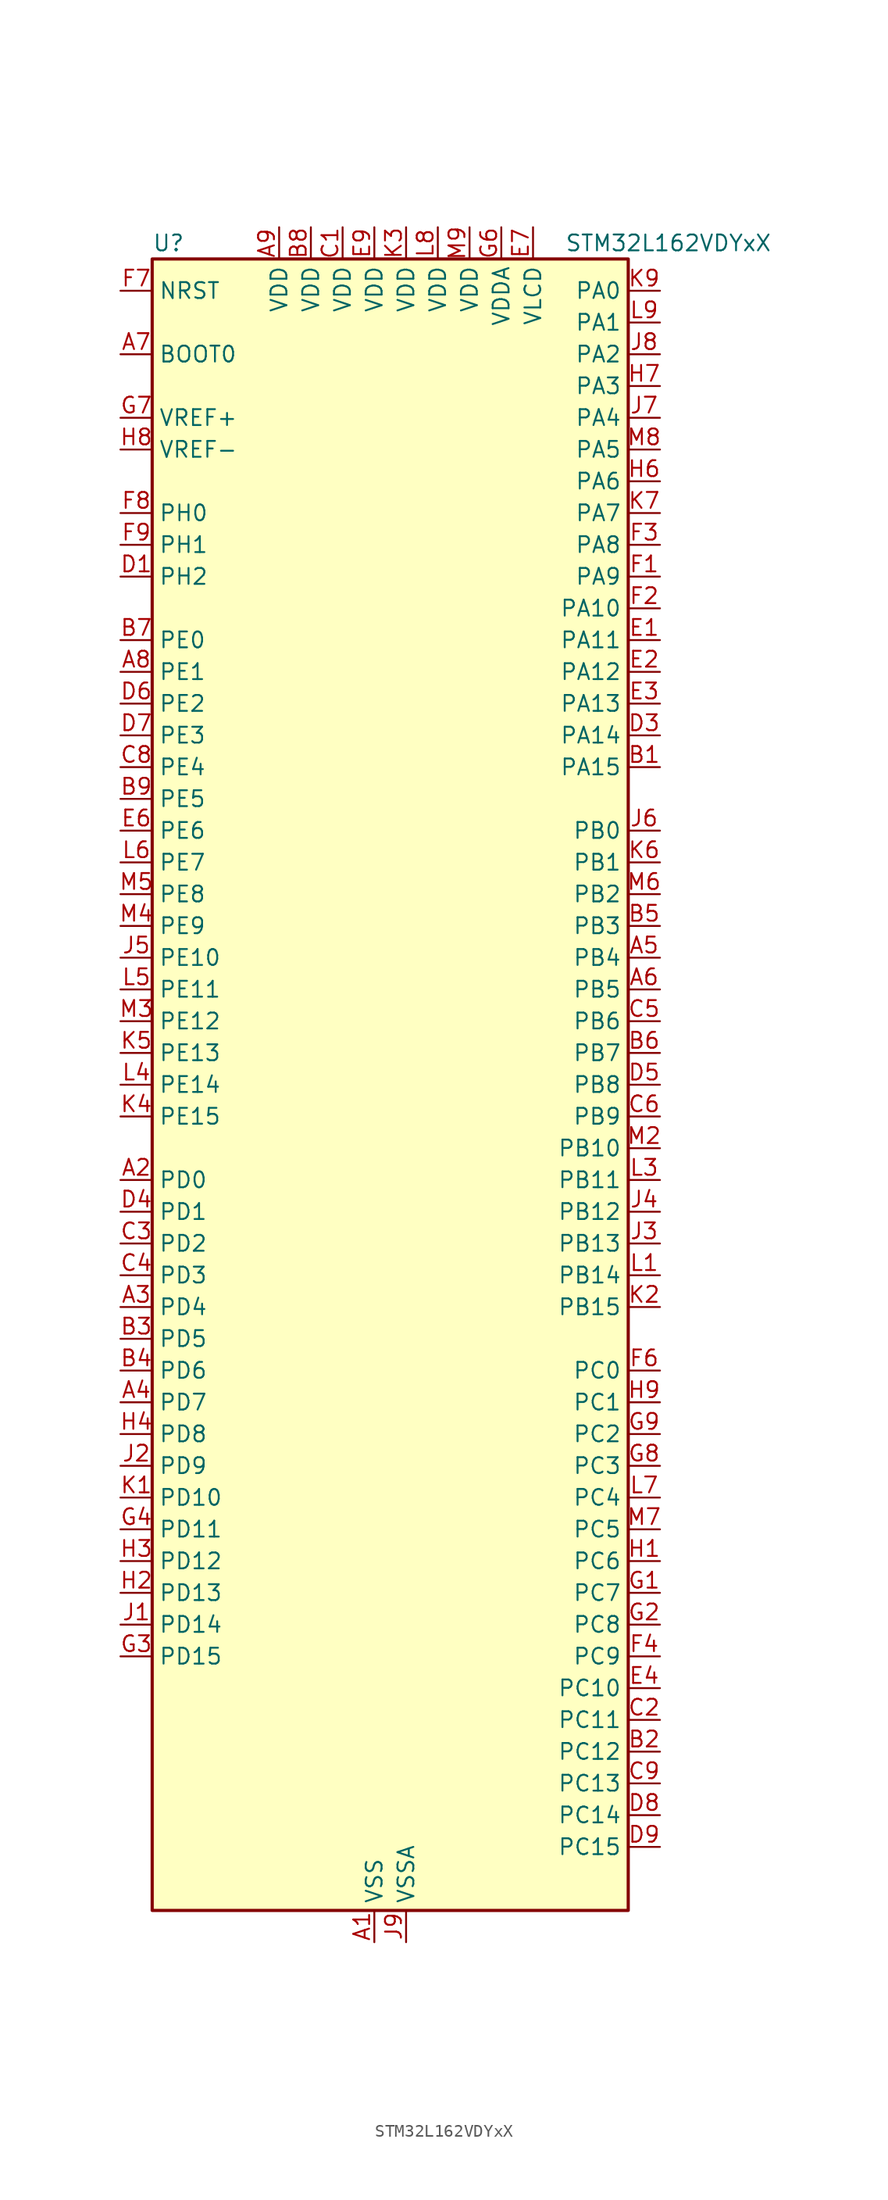
<source format=kicad_sym>
(kicad_symbol_lib
  (version 20231120)
  (generator "kicad-library-utils")
  (generator_version "8.0")
  (symbol "STM32L162VDYxX"
    (property "Reference" "U"
      (at -17.78 67.31 0)
      (effects (font (size 1.27 1.27)) (justify left)))
    (property "Value" "STM32L162VDYxX"
      (at 15.24 67.31 0)
      (effects (font (size 1.27 1.27)) (justify left)))
    (symbol "STM32L162VDYxX_0_1"
      (rectangle (start -17.78 -66.04) (end 20.32 66.04) (stroke (width 0.254) (type default)) (fill (type background))))
    (symbol "STM32L162VDYxX_1_1"
      (pin power_in line (at 0 -68.58 90) (length 2.54) (name "VSS" (effects (font (size 1.27 1.27)))) (number "A1" (effects (font (size 1.27 1.27)))))
      (pin bidirectional line (at -20.32 -7.62 0) (length 2.54) (name "PD0" (effects (font (size 1.27 1.27)))) (number "A2" (effects (font (size 1.27 1.27)))) (alternate "I2S2_WS" bidirectional line) (alternate "SPI2_NSS" bidirectional line) (alternate "TIM9_CH1" bidirectional line) (alternate "TIMX_IC1" bidirectional line))
      (pin bidirectional line (at -20.32 -17.78 0) (length 2.54) (name "PD4" (effects (font (size 1.27 1.27)))) (number "A3" (effects (font (size 1.27 1.27)))) (alternate "I2S2_SD" bidirectional line) (alternate "SPI2_MOSI" bidirectional line) (alternate "TIMX_IC1" bidirectional line) (alternate "USART2_RTS" bidirectional line))
      (pin bidirectional line (at -20.32 -25.4 0) (length 2.54) (name "PD7" (effects (font (size 1.27 1.27)))) (number "A4" (effects (font (size 1.27 1.27)))) (alternate "TIM9_CH2" bidirectional line) (alternate "TIMX_IC4" bidirectional line) (alternate "USART2_CK" bidirectional line))
      (pin bidirectional line (at 22.86 10.16 180) (length 2.54) (name "PB4" (effects (font (size 1.27 1.27)))) (number "A5" (effects (font (size 1.27 1.27)))) (alternate "COMP2_INP" bidirectional line) (alternate "LCD_SEG8" bidirectional line) (alternate "SPI1_MISO" bidirectional line) (alternate "SPI3_MISO" bidirectional line) (alternate "SYS_JTRST" bidirectional line) (alternate "TIM3_CH1" bidirectional line) (alternate "TS_G6_IO1" bidirectional line))
      (pin bidirectional line (at 22.86 7.62 180) (length 2.54) (name "PB5" (effects (font (size 1.27 1.27)))) (number "A6" (effects (font (size 1.27 1.27)))) (alternate "COMP2_INP" bidirectional line) (alternate "I2C1_SMBA" bidirectional line) (alternate "I2S3_SD" bidirectional line) (alternate "LCD_SEG9" bidirectional line) (alternate "SPI1_MOSI" bidirectional line) (alternate "SPI3_MOSI" bidirectional line) (alternate "TIM3_CH2" bidirectional line) (alternate "TS_G6_IO2" bidirectional line))
      (pin input line (at -20.32 58.42 0) (length 2.54) (name "BOOT0" (effects (font (size 1.27 1.27)))) (number "A7" (effects (font (size 1.27 1.27)))))
      (pin bidirectional line (at -20.32 33.02 0) (length 2.54) (name "PE1" (effects (font (size 1.27 1.27)))) (number "A8" (effects (font (size 1.27 1.27)))) (alternate "LCD_SEG37" bidirectional line) (alternate "TIM11_CH1" bidirectional line) (alternate "TIMX_IC2" bidirectional line))
      (pin power_in line (at -7.62 68.58 270) (length 2.54) (name "VDD" (effects (font (size 1.27 1.27)))) (number "A9" (effects (font (size 1.27 1.27)))))
      (pin bidirectional line (at 22.86 25.4 180) (length 2.54) (name "PA15" (effects (font (size 1.27 1.27)))) (number "B1" (effects (font (size 1.27 1.27)))) (alternate "ADC_EXTI15" bidirectional line) (alternate "I2S3_WS" bidirectional line) (alternate "LCD_SEG17" bidirectional line) (alternate "SPI1_NSS" bidirectional line) (alternate "SPI3_NSS" bidirectional line) (alternate "SYS_JTDI" bidirectional line) (alternate "TIM2_CH1" bidirectional line) (alternate "TIM2_ETR" bidirectional line) (alternate "TIMX_IC4" bidirectional line) (alternate "TS_G5_IO3" bidirectional line))
      (pin bidirectional line (at 22.86 -53.34 180) (length 2.54) (name "PC12" (effects (font (size 1.27 1.27)))) (number "B2" (effects (font (size 1.27 1.27)))) (alternate "I2S3_SD" bidirectional line) (alternate "LCD_COM6" bidirectional line) (alternate "LCD_SEG30" bidirectional line) (alternate "LCD_SEG42" bidirectional line) (alternate "SPI3_MOSI" bidirectional line) (alternate "TIMX_IC1" bidirectional line) (alternate "UART5_TX" bidirectional line) (alternate "USART3_CK" bidirectional line))
      (pin bidirectional line (at -20.32 -20.32 0) (length 2.54) (name "PD5" (effects (font (size 1.27 1.27)))) (number "B3" (effects (font (size 1.27 1.27)))) (alternate "TIMX_IC2" bidirectional line) (alternate "USART2_TX" bidirectional line))
      (pin bidirectional line (at -20.32 -22.86 0) (length 2.54) (name "PD6" (effects (font (size 1.27 1.27)))) (number "B4" (effects (font (size 1.27 1.27)))) (alternate "TIMX_IC3" bidirectional line) (alternate "USART2_RX" bidirectional line))
      (pin bidirectional line (at 22.86 12.7 180) (length 2.54) (name "PB3" (effects (font (size 1.27 1.27)))) (number "B5" (effects (font (size 1.27 1.27)))) (alternate "COMP2_INM" bidirectional line) (alternate "I2S3_CK" bidirectional line) (alternate "LCD_SEG7" bidirectional line) (alternate "SPI1_SCK" bidirectional line) (alternate "SPI3_SCK" bidirectional line) (alternate "SYS_JTDO-TRACESWO" bidirectional line) (alternate "TIM2_CH2" bidirectional line))
      (pin bidirectional line (at 22.86 2.54 180) (length 2.54) (name "PB7" (effects (font (size 1.27 1.27)))) (number "B6" (effects (font (size 1.27 1.27)))) (alternate "COMP2_INP" bidirectional line) (alternate "I2C1_SDA" bidirectional line) (alternate "SYS_PVD_IN" bidirectional line) (alternate "TIM4_CH2" bidirectional line) (alternate "TS_G6_IO4" bidirectional line) (alternate "USART1_RX" bidirectional line))
      (pin bidirectional line (at -20.32 35.56 0) (length 2.54) (name "PE0" (effects (font (size 1.27 1.27)))) (number "B7" (effects (font (size 1.27 1.27)))) (alternate "LCD_SEG36" bidirectional line) (alternate "TIM10_CH1" bidirectional line) (alternate "TIM4_ETR" bidirectional line) (alternate "TIMX_IC1" bidirectional line))
      (pin power_in line (at -5.08 68.58 270) (length 2.54) (name "VDD" (effects (font (size 1.27 1.27)))) (number "B8" (effects (font (size 1.27 1.27)))))
      (pin bidirectional line (at -20.32 22.86 0) (length 2.54) (name "PE5" (effects (font (size 1.27 1.27)))) (number "B9" (effects (font (size 1.27 1.27)))) (alternate "SYS_TRACED2" bidirectional line) (alternate "TIM9_CH1" bidirectional line) (alternate "TIMX_IC2" bidirectional line))
      (pin power_in line (at -2.54 68.58 270) (length 2.54) (name "VDD" (effects (font (size 1.27 1.27)))) (number "C1" (effects (font (size 1.27 1.27)))))
      (pin bidirectional line (at 22.86 -50.8 180) (length 2.54) (name "PC11" (effects (font (size 1.27 1.27)))) (number "C2" (effects (font (size 1.27 1.27)))) (alternate "ADC_EXTI11" bidirectional line) (alternate "LCD_COM5" bidirectional line) (alternate "LCD_SEG29" bidirectional line) (alternate "LCD_SEG41" bidirectional line) (alternate "SPI3_MISO" bidirectional line) (alternate "TIMX_IC4" bidirectional line) (alternate "UART4_RX" bidirectional line) (alternate "USART3_RX" bidirectional line))
      (pin bidirectional line (at -20.32 -12.7 0) (length 2.54) (name "PD2" (effects (font (size 1.27 1.27)))) (number "C3" (effects (font (size 1.27 1.27)))) (alternate "LCD_COM7" bidirectional line) (alternate "LCD_SEG31" bidirectional line) (alternate "LCD_SEG43" bidirectional line) (alternate "TIM3_ETR" bidirectional line) (alternate "TIMX_IC3" bidirectional line) (alternate "UART5_RX" bidirectional line))
      (pin bidirectional line (at -20.32 -15.24 0) (length 2.54) (name "PD3" (effects (font (size 1.27 1.27)))) (number "C4" (effects (font (size 1.27 1.27)))) (alternate "SPI2_MISO" bidirectional line) (alternate "TIMX_IC4" bidirectional line) (alternate "USART2_CTS" bidirectional line))
      (pin bidirectional line (at 22.86 5.08 180) (length 2.54) (name "PB6" (effects (font (size 1.27 1.27)))) (number "C5" (effects (font (size 1.27 1.27)))) (alternate "COMP2_INP" bidirectional line) (alternate "I2C1_SCL" bidirectional line) (alternate "TIM4_CH1" bidirectional line) (alternate "TS_G6_IO3" bidirectional line) (alternate "USART1_TX" bidirectional line))
      (pin bidirectional line (at 22.86 -2.54 180) (length 2.54) (name "PB9" (effects (font (size 1.27 1.27)))) (number "C6" (effects (font (size 1.27 1.27)))) (alternate "DAC_EXTI9" bidirectional line) (alternate "I2C1_SDA" bidirectional line) (alternate "LCD_COM3" bidirectional line) (alternate "TIM11_CH1" bidirectional line) (alternate "TIM4_CH4" bidirectional line))
      (pin passive line (at 0 -68.58 90) (length 2.54) hide (name "VSS" (effects (font (size 1.27 1.27)))) (number "C7" (effects (font (size 1.27 1.27)))))
      (pin bidirectional line (at -20.32 25.4 0) (length 2.54) (name "PE4" (effects (font (size 1.27 1.27)))) (number "C8" (effects (font (size 1.27 1.27)))) (alternate "SYS_TRACED1" bidirectional line) (alternate "TIM3_CH2" bidirectional line) (alternate "TIMX_IC1" bidirectional line))
      (pin bidirectional line (at 22.86 -55.88 180) (length 2.54) (name "PC13" (effects (font (size 1.27 1.27)))) (number "C9" (effects (font (size 1.27 1.27)))) (alternate "RTC_OUT_ALARM" bidirectional line) (alternate "RTC_OUT_CALIB" bidirectional line) (alternate "RTC_TAMP1" bidirectional line) (alternate "RTC_TS" bidirectional line) (alternate "SYS_WKUP2" bidirectional line) (alternate "TIMX_IC2" bidirectional line))
      (pin bidirectional line (at -20.32 40.64 0) (length 2.54) (name "PH2" (effects (font (size 1.27 1.27)))) (number "D1" (effects (font (size 1.27 1.27)))))
      (pin passive line (at 0 -68.58 90) (length 2.54) hide (name "VSS" (effects (font (size 1.27 1.27)))) (number "D2" (effects (font (size 1.27 1.27)))))
      (pin bidirectional line (at 22.86 27.94 180) (length 2.54) (name "PA14" (effects (font (size 1.27 1.27)))) (number "D3" (effects (font (size 1.27 1.27)))) (alternate "SYS_JTCK-SWCLK" bidirectional line) (alternate "TIMX_IC3" bidirectional line) (alternate "TS_G5_IO2" bidirectional line))
      (pin bidirectional line (at -20.32 -10.16 0) (length 2.54) (name "PD1" (effects (font (size 1.27 1.27)))) (number "D4" (effects (font (size 1.27 1.27)))) (alternate "I2S2_CK" bidirectional line) (alternate "SPI2_SCK" bidirectional line) (alternate "TIMX_IC2" bidirectional line))
      (pin bidirectional line (at 22.86 0 180) (length 2.54) (name "PB8" (effects (font (size 1.27 1.27)))) (number "D5" (effects (font (size 1.27 1.27)))) (alternate "I2C1_SCL" bidirectional line) (alternate "LCD_SEG16" bidirectional line) (alternate "TIM10_CH1" bidirectional line) (alternate "TIM4_CH3" bidirectional line))
      (pin bidirectional line (at -20.32 30.48 0) (length 2.54) (name "PE2" (effects (font (size 1.27 1.27)))) (number "D6" (effects (font (size 1.27 1.27)))) (alternate "LCD_SEG38" bidirectional line) (alternate "SYS_TRACECK" bidirectional line) (alternate "TIM3_ETR" bidirectional line) (alternate "TIMX_IC3" bidirectional line))
      (pin bidirectional line (at -20.32 27.94 0) (length 2.54) (name "PE3" (effects (font (size 1.27 1.27)))) (number "D7" (effects (font (size 1.27 1.27)))) (alternate "LCD_SEG39" bidirectional line) (alternate "SYS_TRACED0" bidirectional line) (alternate "TIM3_CH1" bidirectional line) (alternate "TIMX_IC4" bidirectional line))
      (pin bidirectional line (at 22.86 -58.42 180) (length 2.54) (name "PC14" (effects (font (size 1.27 1.27)))) (number "D8" (effects (font (size 1.27 1.27)))) (alternate "RCC_OSC32_IN" bidirectional line) (alternate "TIMX_IC3" bidirectional line))
      (pin bidirectional line (at 22.86 -60.96 180) (length 2.54) (name "PC15" (effects (font (size 1.27 1.27)))) (number "D9" (effects (font (size 1.27 1.27)))) (alternate "ADC_EXTI15" bidirectional line) (alternate "RCC_OSC32_OUT" bidirectional line) (alternate "TIMX_IC4" bidirectional line))
      (pin bidirectional line (at 22.86 35.56 180) (length 2.54) (name "PA11" (effects (font (size 1.27 1.27)))) (number "E1" (effects (font (size 1.27 1.27)))) (alternate "ADC_EXTI11" bidirectional line) (alternate "SPI1_MISO" bidirectional line) (alternate "TIMX_IC4" bidirectional line) (alternate "USART1_CTS" bidirectional line) (alternate "USB_DM" bidirectional line))
      (pin bidirectional line (at 22.86 33.02 180) (length 2.54) (name "PA12" (effects (font (size 1.27 1.27)))) (number "E2" (effects (font (size 1.27 1.27)))) (alternate "SPI1_MOSI" bidirectional line) (alternate "TIMX_IC1" bidirectional line) (alternate "USART1_RTS" bidirectional line) (alternate "USB_DP" bidirectional line))
      (pin bidirectional line (at 22.86 30.48 180) (length 2.54) (name "PA13" (effects (font (size 1.27 1.27)))) (number "E3" (effects (font (size 1.27 1.27)))) (alternate "SYS_JTMS-SWDIO" bidirectional line) (alternate "TIMX_IC2" bidirectional line) (alternate "TS_G5_IO1" bidirectional line))
      (pin bidirectional line (at 22.86 -48.26 180) (length 2.54) (name "PC10" (effects (font (size 1.27 1.27)))) (number "E4" (effects (font (size 1.27 1.27)))) (alternate "I2S3_CK" bidirectional line) (alternate "LCD_COM4" bidirectional line) (alternate "LCD_SEG28" bidirectional line) (alternate "LCD_SEG40" bidirectional line) (alternate "SPI3_SCK" bidirectional line) (alternate "TIMX_IC3" bidirectional line) (alternate "UART4_TX" bidirectional line) (alternate "USART3_TX" bidirectional line))
      (pin bidirectional line (at -20.32 20.32 0) (length 2.54) (name "PE6" (effects (font (size 1.27 1.27)))) (number "E6" (effects (font (size 1.27 1.27)))) (alternate "RTC_TAMP3" bidirectional line) (alternate "SYS_TRACED3" bidirectional line) (alternate "SYS_WKUP3" bidirectional line) (alternate "TIM9_CH2" bidirectional line) (alternate "TIMX_IC3" bidirectional line))
      (pin power_in line (at 12.7 68.58 270) (length 2.54) (name "VLCD" (effects (font (size 1.27 1.27)))) (number "E7" (effects (font (size 1.27 1.27)))))
      (pin passive line (at 0 -68.58 90) (length 2.54) hide (name "VSS" (effects (font (size 1.27 1.27)))) (number "E8" (effects (font (size 1.27 1.27)))))
      (pin power_in line (at 0 68.58 270) (length 2.54) (name "VDD" (effects (font (size 1.27 1.27)))) (number "E9" (effects (font (size 1.27 1.27)))))
      (pin bidirectional line (at 22.86 40.64 180) (length 2.54) (name "PA9" (effects (font (size 1.27 1.27)))) (number "F1" (effects (font (size 1.27 1.27)))) (alternate "DAC_EXTI9" bidirectional line) (alternate "LCD_COM1" bidirectional line) (alternate "TIMX_IC2" bidirectional line) (alternate "TS_G4_IO2" bidirectional line) (alternate "USART1_TX" bidirectional line))
      (pin bidirectional line (at 22.86 38.1 180) (length 2.54) (name "PA10" (effects (font (size 1.27 1.27)))) (number "F2" (effects (font (size 1.27 1.27)))) (alternate "LCD_COM2" bidirectional line) (alternate "TIMX_IC3" bidirectional line) (alternate "TS_G4_IO3" bidirectional line) (alternate "USART1_RX" bidirectional line))
      (pin bidirectional line (at 22.86 43.18 180) (length 2.54) (name "PA8" (effects (font (size 1.27 1.27)))) (number "F3" (effects (font (size 1.27 1.27)))) (alternate "LCD_COM0" bidirectional line) (alternate "RCC_MCO" bidirectional line) (alternate "TIMX_IC1" bidirectional line) (alternate "TS_G4_IO1" bidirectional line) (alternate "USART1_CK" bidirectional line))
      (pin bidirectional line (at 22.86 -45.72 180) (length 2.54) (name "PC9" (effects (font (size 1.27 1.27)))) (number "F4" (effects (font (size 1.27 1.27)))) (alternate "DAC_EXTI9" bidirectional line) (alternate "LCD_SEG27" bidirectional line) (alternate "TIM3_CH4" bidirectional line) (alternate "TIMX_IC2" bidirectional line) (alternate "TS_G10_IO4" bidirectional line))
      (pin bidirectional line (at 22.86 -22.86 180) (length 2.54) (name "PC0" (effects (font (size 1.27 1.27)))) (number "F6" (effects (font (size 1.27 1.27)))) (alternate "ADC_IN10" bidirectional line) (alternate "COMP1_INP" bidirectional line) (alternate "LCD_SEG18" bidirectional line) (alternate "TIMX_IC1" bidirectional line) (alternate "TS_G8_IO1" bidirectional line))
      (pin input line (at -20.32 63.5 0) (length 2.54) (name "NRST" (effects (font (size 1.27 1.27)))) (number "F7" (effects (font (size 1.27 1.27)))))
      (pin bidirectional line (at -20.32 45.72 0) (length 2.54) (name "PH0" (effects (font (size 1.27 1.27)))) (number "F8" (effects (font (size 1.27 1.27)))) (alternate "RCC_OSC_IN" bidirectional line))
      (pin bidirectional line (at -20.32 43.18 0) (length 2.54) (name "PH1" (effects (font (size 1.27 1.27)))) (number "F9" (effects (font (size 1.27 1.27)))) (alternate "RCC_OSC_OUT" bidirectional line))
      (pin bidirectional line (at 22.86 -40.64 180) (length 2.54) (name "PC7" (effects (font (size 1.27 1.27)))) (number "G1" (effects (font (size 1.27 1.27)))) (alternate "I2S3_MCK" bidirectional line) (alternate "LCD_SEG25" bidirectional line) (alternate "TIM3_CH2" bidirectional line) (alternate "TIMX_IC4" bidirectional line) (alternate "TS_G10_IO2" bidirectional line))
      (pin bidirectional line (at 22.86 -43.18 180) (length 2.54) (name "PC8" (effects (font (size 1.27 1.27)))) (number "G2" (effects (font (size 1.27 1.27)))) (alternate "LCD_SEG26" bidirectional line) (alternate "TIM3_CH3" bidirectional line) (alternate "TIMX_IC1" bidirectional line) (alternate "TS_G10_IO3" bidirectional line))
      (pin bidirectional line (at -20.32 -45.72 0) (length 2.54) (name "PD15" (effects (font (size 1.27 1.27)))) (number "G3" (effects (font (size 1.27 1.27)))) (alternate "ADC_EXTI15" bidirectional line) (alternate "LCD_SEG35" bidirectional line) (alternate "TIM4_CH4" bidirectional line) (alternate "TIMX_IC4" bidirectional line))
      (pin bidirectional line (at -20.32 -35.56 0) (length 2.54) (name "PD11" (effects (font (size 1.27 1.27)))) (number "G4" (effects (font (size 1.27 1.27)))) (alternate "ADC_EXTI11" bidirectional line) (alternate "LCD_SEG31" bidirectional line) (alternate "TIMX_IC4" bidirectional line) (alternate "USART3_CTS" bidirectional line))
      (pin power_in line (at 10.16 68.58 270) (length 2.54) (name "VDDA" (effects (font (size 1.27 1.27)))) (number "G6" (effects (font (size 1.27 1.27)))))
      (pin input line (at -20.32 53.34 0) (length 2.54) (name "VREF+" (effects (font (size 1.27 1.27)))) (number "G7" (effects (font (size 1.27 1.27)))))
      (pin bidirectional line (at 22.86 -30.48 180) (length 2.54) (name "PC3" (effects (font (size 1.27 1.27)))) (number "G8" (effects (font (size 1.27 1.27)))) (alternate "ADC_IN13" bidirectional line) (alternate "COMP1_INP" bidirectional line) (alternate "LCD_SEG21" bidirectional line) (alternate "TIMX_IC4" bidirectional line) (alternate "TS_G8_IO4" bidirectional line))
      (pin bidirectional line (at 22.86 -27.94 180) (length 2.54) (name "PC2" (effects (font (size 1.27 1.27)))) (number "G9" (effects (font (size 1.27 1.27)))) (alternate "ADC_IN12" bidirectional line) (alternate "COMP1_INP" bidirectional line) (alternate "LCD_SEG20" bidirectional line) (alternate "TIMX_IC3" bidirectional line) (alternate "TS_G8_IO3" bidirectional line))
      (pin bidirectional line (at 22.86 -38.1 180) (length 2.54) (name "PC6" (effects (font (size 1.27 1.27)))) (number "H1" (effects (font (size 1.27 1.27)))) (alternate "I2S2_MCK" bidirectional line) (alternate "LCD_SEG24" bidirectional line) (alternate "TIM3_CH1" bidirectional line) (alternate "TIMX_IC3" bidirectional line) (alternate "TS_G10_IO1" bidirectional line))
      (pin bidirectional line (at -20.32 -40.64 0) (length 2.54) (name "PD13" (effects (font (size 1.27 1.27)))) (number "H2" (effects (font (size 1.27 1.27)))) (alternate "LCD_SEG33" bidirectional line) (alternate "TIM4_CH2" bidirectional line) (alternate "TIMX_IC2" bidirectional line))
      (pin bidirectional line (at -20.32 -38.1 0) (length 2.54) (name "PD12" (effects (font (size 1.27 1.27)))) (number "H3" (effects (font (size 1.27 1.27)))) (alternate "LCD_SEG32" bidirectional line) (alternate "TIM4_CH1" bidirectional line) (alternate "TIMX_IC1" bidirectional line) (alternate "USART3_RTS" bidirectional line))
      (pin bidirectional line (at -20.32 -27.94 0) (length 2.54) (name "PD8" (effects (font (size 1.27 1.27)))) (number "H4" (effects (font (size 1.27 1.27)))) (alternate "LCD_SEG28" bidirectional line) (alternate "TIMX_IC1" bidirectional line) (alternate "USART3_TX" bidirectional line))
      (pin bidirectional line (at 22.86 48.26 180) (length 2.54) (name "PA6" (effects (font (size 1.27 1.27)))) (number "H6" (effects (font (size 1.27 1.27)))) (alternate "ADC_IN6" bidirectional line) (alternate "COMP1_INP" bidirectional line) (alternate "LCD_SEG3" bidirectional line) (alternate "OPAMP2_VINP" bidirectional line) (alternate "SPI1_MISO" bidirectional line) (alternate "TIM10_CH1" bidirectional line) (alternate "TIM3_CH1" bidirectional line) (alternate "TIMX_IC3" bidirectional line) (alternate "TS_G2_IO1" bidirectional line))
      (pin bidirectional line (at 22.86 55.88 180) (length 2.54) (name "PA3" (effects (font (size 1.27 1.27)))) (number "H7" (effects (font (size 1.27 1.27)))) (alternate "ADC_IN3" bidirectional line) (alternate "COMP1_INP" bidirectional line) (alternate "LCD_SEG2" bidirectional line) (alternate "OPAMP1_VOUT" bidirectional line) (alternate "TIM2_CH4" bidirectional line) (alternate "TIM5_CH4" bidirectional line) (alternate "TIM9_CH2" bidirectional line) (alternate "TIMX_IC4" bidirectional line) (alternate "TS_G1_IO4" bidirectional line) (alternate "USART2_RX" bidirectional line))
      (pin input line (at -20.32 50.8 0) (length 2.54) (name "VREF-" (effects (font (size 1.27 1.27)))) (number "H8" (effects (font (size 1.27 1.27)))))
      (pin bidirectional line (at 22.86 -25.4 180) (length 2.54) (name "PC1" (effects (font (size 1.27 1.27)))) (number "H9" (effects (font (size 1.27 1.27)))) (alternate "ADC_IN11" bidirectional line) (alternate "COMP1_INP" bidirectional line) (alternate "LCD_SEG19" bidirectional line) (alternate "TIMX_IC2" bidirectional line) (alternate "TS_G8_IO2" bidirectional line))
      (pin bidirectional line (at -20.32 -43.18 0) (length 2.54) (name "PD14" (effects (font (size 1.27 1.27)))) (number "J1" (effects (font (size 1.27 1.27)))) (alternate "LCD_SEG34" bidirectional line) (alternate "TIM4_CH3" bidirectional line) (alternate "TIMX_IC3" bidirectional line))
      (pin bidirectional line (at -20.32 -30.48 0) (length 2.54) (name "PD9" (effects (font (size 1.27 1.27)))) (number "J2" (effects (font (size 1.27 1.27)))) (alternate "DAC_EXTI9" bidirectional line) (alternate "LCD_SEG29" bidirectional line) (alternate "TIMX_IC2" bidirectional line) (alternate "USART3_RX" bidirectional line))
      (pin bidirectional line (at 22.86 -12.7 180) (length 2.54) (name "PB13" (effects (font (size 1.27 1.27)))) (number "J3" (effects (font (size 1.27 1.27)))) (alternate "ADC_IN19" bidirectional line) (alternate "COMP1_INP" bidirectional line) (alternate "I2S2_CK" bidirectional line) (alternate "LCD_SEG13" bidirectional line) (alternate "SPI2_SCK" bidirectional line) (alternate "TIM9_CH1" bidirectional line) (alternate "TS_G7_IO2" bidirectional line) (alternate "USART3_CTS" bidirectional line))
      (pin bidirectional line (at 22.86 -10.16 180) (length 2.54) (name "PB12" (effects (font (size 1.27 1.27)))) (number "J4" (effects (font (size 1.27 1.27)))) (alternate "ADC_IN18" bidirectional line) (alternate "COMP1_INP" bidirectional line) (alternate "I2C2_SMBA" bidirectional line) (alternate "I2S2_WS" bidirectional line) (alternate "LCD_SEG12" bidirectional line) (alternate "SPI2_NSS" bidirectional line) (alternate "TIM10_CH1" bidirectional line) (alternate "TS_G7_IO1" bidirectional line) (alternate "USART3_CK" bidirectional line))
      (pin bidirectional line (at -20.32 10.16 0) (length 2.54) (name "PE10" (effects (font (size 1.27 1.27)))) (number "J5" (effects (font (size 1.27 1.27)))) (alternate "ADC_IN25" bidirectional line) (alternate "COMP1_INP" bidirectional line) (alternate "TIM2_CH2" bidirectional line) (alternate "TIMX_IC3" bidirectional line))
      (pin bidirectional line (at 22.86 20.32 180) (length 2.54) (name "PB0" (effects (font (size 1.27 1.27)))) (number "J6" (effects (font (size 1.27 1.27)))) (alternate "ADC_IN8" bidirectional line) (alternate "COMP1_INP" bidirectional line) (alternate "LCD_SEG5" bidirectional line) (alternate "OPAMP2_VOUT" bidirectional line) (alternate "SYS_V_REF_OUT" bidirectional line) (alternate "TIM3_CH3" bidirectional line) (alternate "TS_G3_IO1" bidirectional line))
      (pin bidirectional line (at 22.86 53.34 180) (length 2.54) (name "PA4" (effects (font (size 1.27 1.27)))) (number "J7" (effects (font (size 1.27 1.27)))) (alternate "ADC_IN4" bidirectional line) (alternate "COMP1_INP" bidirectional line) (alternate "DAC_OUT1" bidirectional line) (alternate "I2S3_WS" bidirectional line) (alternate "SPI1_NSS" bidirectional line) (alternate "SPI3_NSS" bidirectional line) (alternate "TIMX_IC1" bidirectional line) (alternate "USART2_CK" bidirectional line))
      (pin bidirectional line (at 22.86 58.42 180) (length 2.54) (name "PA2" (effects (font (size 1.27 1.27)))) (number "J8" (effects (font (size 1.27 1.27)))) (alternate "ADC_IN2" bidirectional line) (alternate "COMP1_INP" bidirectional line) (alternate "LCD_SEG1" bidirectional line) (alternate "OPAMP1_VINM" bidirectional line) (alternate "TIM2_CH3" bidirectional line) (alternate "TIM5_CH3" bidirectional line) (alternate "TIM9_CH1" bidirectional line) (alternate "TIMX_IC3" bidirectional line) (alternate "TS_G1_IO3" bidirectional line) (alternate "USART2_TX" bidirectional line))
      (pin power_in line (at 2.54 -68.58 90) (length 2.54) (name "VSSA" (effects (font (size 1.27 1.27)))) (number "J9" (effects (font (size 1.27 1.27)))))
      (pin bidirectional line (at -20.32 -33.02 0) (length 2.54) (name "PD10" (effects (font (size 1.27 1.27)))) (number "K1" (effects (font (size 1.27 1.27)))) (alternate "LCD_SEG30" bidirectional line) (alternate "TIMX_IC3" bidirectional line) (alternate "USART3_CK" bidirectional line))
      (pin bidirectional line (at 22.86 -17.78 180) (length 2.54) (name "PB15" (effects (font (size 1.27 1.27)))) (number "K2" (effects (font (size 1.27 1.27)))) (alternate "ADC_EXTI15" bidirectional line) (alternate "ADC_IN21" bidirectional line) (alternate "COMP1_INP" bidirectional line) (alternate "I2S2_SD" bidirectional line) (alternate "LCD_SEG15" bidirectional line) (alternate "RTC_REFIN" bidirectional line) (alternate "SPI2_MOSI" bidirectional line) (alternate "TIM11_CH1" bidirectional line) (alternate "TS_G7_IO4" bidirectional line))
      (pin power_in line (at 2.54 68.58 270) (length 2.54) (name "VDD" (effects (font (size 1.27 1.27)))) (number "K3" (effects (font (size 1.27 1.27)))))
      (pin bidirectional line (at -20.32 -2.54 0) (length 2.54) (name "PE15" (effects (font (size 1.27 1.27)))) (number "K4" (effects (font (size 1.27 1.27)))) (alternate "ADC_EXTI15" bidirectional line) (alternate "SPI1_MOSI" bidirectional line) (alternate "TIMX_IC4" bidirectional line))
      (pin bidirectional line (at -20.32 2.54 0) (length 2.54) (name "PE13" (effects (font (size 1.27 1.27)))) (number "K5" (effects (font (size 1.27 1.27)))) (alternate "SPI1_SCK" bidirectional line) (alternate "TIMX_IC2" bidirectional line))
      (pin bidirectional line (at 22.86 17.78 180) (length 2.54) (name "PB1" (effects (font (size 1.27 1.27)))) (number "K6" (effects (font (size 1.27 1.27)))) (alternate "ADC_IN9" bidirectional line) (alternate "COMP1_INP" bidirectional line) (alternate "LCD_SEG6" bidirectional line) (alternate "SYS_V_REF_OUT" bidirectional line) (alternate "TIM3_CH4" bidirectional line) (alternate "TS_G3_IO2" bidirectional line))
      (pin bidirectional line (at 22.86 45.72 180) (length 2.54) (name "PA7" (effects (font (size 1.27 1.27)))) (number "K7" (effects (font (size 1.27 1.27)))) (alternate "ADC_IN7" bidirectional line) (alternate "COMP1_INP" bidirectional line) (alternate "LCD_SEG4" bidirectional line) (alternate "OPAMP2_VINM" bidirectional line) (alternate "SPI1_MOSI" bidirectional line) (alternate "TIM11_CH1" bidirectional line) (alternate "TIM3_CH2" bidirectional line) (alternate "TIMX_IC4" bidirectional line) (alternate "TS_G2_IO2" bidirectional line))
      (pin passive line (at 0 -68.58 90) (length 2.54) hide (name "VSS" (effects (font (size 1.27 1.27)))) (number "K8" (effects (font (size 1.27 1.27)))))
      (pin bidirectional line (at 22.86 63.5 180) (length 2.54) (name "PA0" (effects (font (size 1.27 1.27)))) (number "K9" (effects (font (size 1.27 1.27)))) (alternate "ADC_IN0" bidirectional line) (alternate "COMP1_INP" bidirectional line) (alternate "RTC_TAMP2" bidirectional line) (alternate "SYS_WKUP1" bidirectional line) (alternate "TIM2_CH1" bidirectional line) (alternate "TIM2_ETR" bidirectional line) (alternate "TIM5_CH1" bidirectional line) (alternate "TIMX_IC1" bidirectional line) (alternate "TS_G1_IO1" bidirectional line) (alternate "USART2_CTS" bidirectional line))
      (pin bidirectional line (at 22.86 -15.24 180) (length 2.54) (name "PB14" (effects (font (size 1.27 1.27)))) (number "L1" (effects (font (size 1.27 1.27)))) (alternate "ADC_IN20" bidirectional line) (alternate "COMP1_INP" bidirectional line) (alternate "LCD_SEG14" bidirectional line) (alternate "SPI2_MISO" bidirectional line) (alternate "TIM9_CH2" bidirectional line) (alternate "TS_G7_IO3" bidirectional line) (alternate "USART3_RTS" bidirectional line))
      (pin passive line (at 0 -68.58 90) (length 2.54) hide (name "VSS" (effects (font (size 1.27 1.27)))) (number "L2" (effects (font (size 1.27 1.27)))))
      (pin bidirectional line (at 22.86 -7.62 180) (length 2.54) (name "PB11" (effects (font (size 1.27 1.27)))) (number "L3" (effects (font (size 1.27 1.27)))) (alternate "ADC_EXTI11" bidirectional line) (alternate "I2C2_SDA" bidirectional line) (alternate "LCD_SEG11" bidirectional line) (alternate "TIM2_CH4" bidirectional line) (alternate "USART3_RX" bidirectional line))
      (pin bidirectional line (at -20.32 0 0) (length 2.54) (name "PE14" (effects (font (size 1.27 1.27)))) (number "L4" (effects (font (size 1.27 1.27)))) (alternate "SPI1_MISO" bidirectional line) (alternate "TIMX_IC3" bidirectional line))
      (pin bidirectional line (at -20.32 7.62 0) (length 2.54) (name "PE11" (effects (font (size 1.27 1.27)))) (number "L5" (effects (font (size 1.27 1.27)))) (alternate "ADC_EXTI11" bidirectional line) (alternate "TIM2_CH3" bidirectional line) (alternate "TIMX_IC4" bidirectional line))
      (pin bidirectional line (at -20.32 17.78 0) (length 2.54) (name "PE7" (effects (font (size 1.27 1.27)))) (number "L6" (effects (font (size 1.27 1.27)))) (alternate "ADC_IN22" bidirectional line) (alternate "COMP1_INP" bidirectional line) (alternate "TIMX_IC4" bidirectional line))
      (pin bidirectional line (at 22.86 -33.02 180) (length 2.54) (name "PC4" (effects (font (size 1.27 1.27)))) (number "L7" (effects (font (size 1.27 1.27)))) (alternate "ADC_IN14" bidirectional line) (alternate "COMP1_INP" bidirectional line) (alternate "LCD_SEG22" bidirectional line) (alternate "TIMX_IC1" bidirectional line) (alternate "TS_G9_IO1" bidirectional line))
      (pin power_in line (at 5.08 68.58 270) (length 2.54) (name "VDD" (effects (font (size 1.27 1.27)))) (number "L8" (effects (font (size 1.27 1.27)))))
      (pin bidirectional line (at 22.86 60.96 180) (length 2.54) (name "PA1" (effects (font (size 1.27 1.27)))) (number "L9" (effects (font (size 1.27 1.27)))) (alternate "ADC_IN1" bidirectional line) (alternate "COMP1_INP" bidirectional line) (alternate "LCD_SEG0" bidirectional line) (alternate "OPAMP1_VINP" bidirectional line) (alternate "TIM2_CH2" bidirectional line) (alternate "TIM5_CH2" bidirectional line) (alternate "TIMX_IC2" bidirectional line) (alternate "TS_G1_IO2" bidirectional line) (alternate "USART2_RTS" bidirectional line))
      (pin passive line (at 0 -68.58 90) (length 2.54) hide (name "VSS" (effects (font (size 1.27 1.27)))) (number "M1" (effects (font (size 1.27 1.27)))))
      (pin bidirectional line (at 22.86 -5.08 180) (length 2.54) (name "PB10" (effects (font (size 1.27 1.27)))) (number "M2" (effects (font (size 1.27 1.27)))) (alternate "I2C2_SCL" bidirectional line) (alternate "LCD_SEG10" bidirectional line) (alternate "TIM2_CH3" bidirectional line) (alternate "USART3_TX" bidirectional line))
      (pin bidirectional line (at -20.32 5.08 0) (length 2.54) (name "PE12" (effects (font (size 1.27 1.27)))) (number "M3" (effects (font (size 1.27 1.27)))) (alternate "SPI1_NSS" bidirectional line) (alternate "TIM2_CH4" bidirectional line) (alternate "TIMX_IC1" bidirectional line))
      (pin bidirectional line (at -20.32 12.7 0) (length 2.54) (name "PE9" (effects (font (size 1.27 1.27)))) (number "M4" (effects (font (size 1.27 1.27)))) (alternate "ADC_IN24" bidirectional line) (alternate "COMP1_INP" bidirectional line) (alternate "DAC_EXTI9" bidirectional line) (alternate "TIM2_CH1" bidirectional line) (alternate "TIM2_ETR" bidirectional line) (alternate "TIMX_IC2" bidirectional line))
      (pin bidirectional line (at -20.32 15.24 0) (length 2.54) (name "PE8" (effects (font (size 1.27 1.27)))) (number "M5" (effects (font (size 1.27 1.27)))) (alternate "ADC_IN23" bidirectional line) (alternate "COMP1_INP" bidirectional line) (alternate "TIMX_IC1" bidirectional line))
      (pin bidirectional line (at 22.86 15.24 180) (length 2.54) (name "PB2" (effects (font (size 1.27 1.27)))) (number "M6" (effects (font (size 1.27 1.27)))) (alternate "ADC_IN0b" bidirectional line) (alternate "TS_G3_IO3" bidirectional line))
      (pin bidirectional line (at 22.86 -35.56 180) (length 2.54) (name "PC5" (effects (font (size 1.27 1.27)))) (number "M7" (effects (font (size 1.27 1.27)))) (alternate "ADC_IN15" bidirectional line) (alternate "COMP1_INP" bidirectional line) (alternate "LCD_SEG23" bidirectional line) (alternate "TIMX_IC2" bidirectional line) (alternate "TS_G9_IO2" bidirectional line))
      (pin bidirectional line (at 22.86 50.8 180) (length 2.54) (name "PA5" (effects (font (size 1.27 1.27)))) (number "M8" (effects (font (size 1.27 1.27)))) (alternate "ADC_IN5" bidirectional line) (alternate "COMP1_INP" bidirectional line) (alternate "DAC_OUT2" bidirectional line) (alternate "SPI1_SCK" bidirectional line) (alternate "TIM2_CH1" bidirectional line) (alternate "TIM2_ETR" bidirectional line) (alternate "TIMX_IC2" bidirectional line))
      (pin power_in line (at 7.62 68.58 270) (length 2.54) (name "VDD" (effects (font (size 1.27 1.27)))) (number "M9" (effects (font (size 1.27 1.27))))))))
</source>
